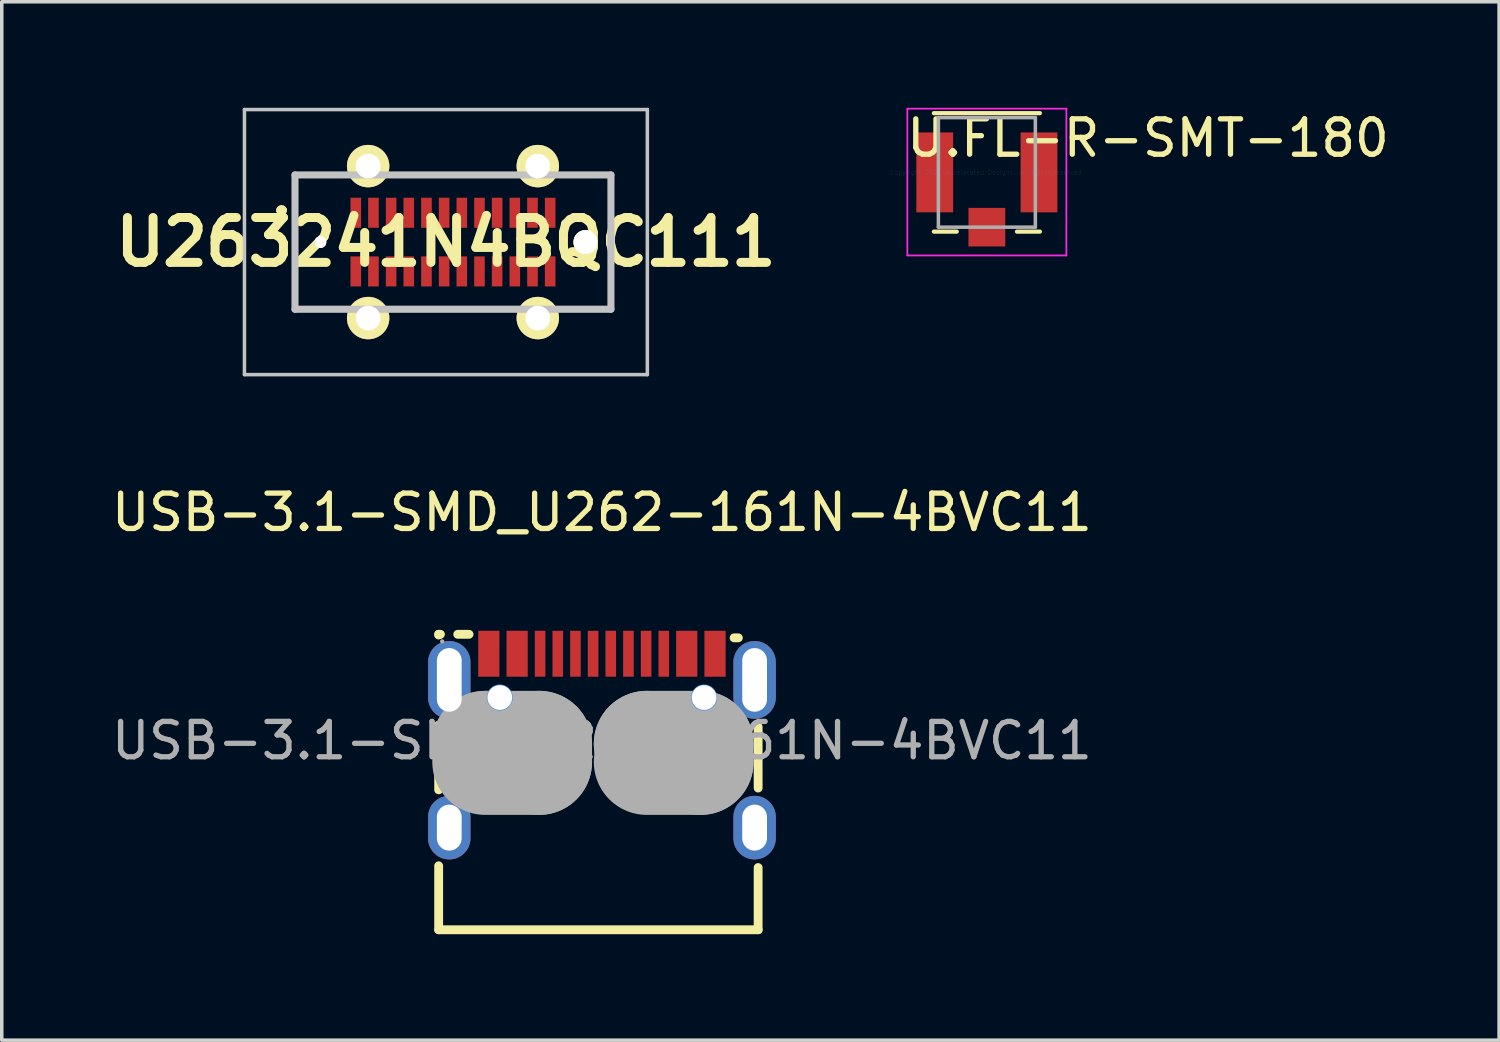
<source format=kicad_pcb>
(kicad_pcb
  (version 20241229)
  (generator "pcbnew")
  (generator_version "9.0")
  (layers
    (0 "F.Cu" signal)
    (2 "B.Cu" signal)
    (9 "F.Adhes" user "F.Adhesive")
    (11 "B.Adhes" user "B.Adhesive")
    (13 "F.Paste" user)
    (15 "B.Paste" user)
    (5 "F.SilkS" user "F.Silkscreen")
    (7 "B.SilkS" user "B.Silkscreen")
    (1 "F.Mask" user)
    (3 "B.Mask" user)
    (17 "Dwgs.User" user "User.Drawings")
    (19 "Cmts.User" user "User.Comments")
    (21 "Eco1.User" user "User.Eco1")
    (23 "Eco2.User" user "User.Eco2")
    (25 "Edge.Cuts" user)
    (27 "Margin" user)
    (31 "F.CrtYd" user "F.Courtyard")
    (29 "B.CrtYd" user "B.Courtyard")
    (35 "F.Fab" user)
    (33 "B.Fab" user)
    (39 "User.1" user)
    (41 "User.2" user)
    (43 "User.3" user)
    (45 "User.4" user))
  (footprint "USB-3.1-SMD_U262-161N-4BVC11"
    (layer "F.Cu")
    (at 13.982 17.908)
    (property "Reference" "USB-3.1-SMD_U262-161N-4BVC11" (at 0 -6.46 0) (layer "F.SilkS") (effects (font (size 1 1) (thickness 0.15))))
    (attr smd)
    (fp_line (start -4.62 -3.01) (end -4.57 -3.01) (stroke (width 0.25) (type solid)) (layer "F.SilkS"))
    (fp_line (start -4.62 -2.99) (end -4.62 -3.01) (stroke (width 0.25) (type solid)) (layer "F.SilkS"))
    (fp_line (start -4.62 1.39) (end -4.62 -0.44) (stroke (width 0.25) (type solid)) (layer "F.SilkS"))
    (fp_line (start -4.62 5.35) (end -4.62 3.54) (stroke (width 0.25) (type solid)) (layer "F.SilkS"))
    (fp_line (start -4.08 -3.01) (end -3.76 -3.01) (stroke (width 0.25) (type solid)) (layer "F.SilkS"))
    (fp_line (start 3.74 -2.91) (end 3.86 -2.91) (stroke (width 0.25) (type solid)) (layer "F.SilkS"))
    (fp_line (start 4.42 -0.39) (end 4.42 1.34) (stroke (width 0.25) (type solid)) (layer "F.SilkS"))
    (fp_line (start 4.42 3.59) (end 4.42 5.35) (stroke (width 0.25) (type solid)) (layer "F.SilkS"))
    (fp_line (start 4.42 5.35) (end -4.62 5.35) (stroke (width 0.25) (type solid)) (layer "F.SilkS"))
    (fp_circle (center -2.89 -1.22) (end -2.77 -1.22) (stroke (width 0.25) (type solid)) (fill no) (layer "Cmts.User"))
    (fp_circle (center 2.89 -1.22) (end 3.01 -1.22) (stroke (width 0.25) (type solid)) (fill no) (layer "Cmts.User"))
    (fp_line (start -3.3 0.09) (end -3.3 0.09) (stroke (width 3) (type solid)) (layer "F.Fab"))
    (fp_line (start -3.3 0.09) (end -1.78 0.09) (stroke (width 3) (type solid)) (layer "F.Fab"))
    (fp_line (start -1.78 0.09) (end -1.78 0.6) (stroke (width 3) (type solid)) (layer "F.Fab"))
    (fp_line (start -1.78 0.6) (end -3.3 0.6) (stroke (width 3) (type solid)) (layer "F.Fab"))
    (fp_line (start 1.27 0.09) (end 1.27 0.09) (stroke (width 3) (type solid)) (layer "F.Fab"))
    (fp_line (start 1.27 0.09) (end 2.79 0.09) (stroke (width 3) (type solid)) (layer "F.Fab"))
    (fp_line (start 2.79 0.09) (end 2.79 0.6) (stroke (width 3) (type solid)) (layer "F.Fab"))
    (fp_line (start 2.79 0.6) (end 1.27 0.6) (stroke (width 3) (type solid)) (layer "F.Fab"))
    (fp_circle (center -4.52 -2.81) (end -4.49 -2.81) (stroke (width 0.06) (type solid)) (fill no) (layer "F.Fab"))
    (fp_text user "${REFERENCE}" (at 0 0 0) (layer "F.Fab") (effects (font (size 1 1) (thickness 0.15))))
    (pad "" thru_hole circle (at -2.89 -1.22) (size 0.7 0.7) (drill 0.7) (layers "*.Cu" "*.Mask"))
    (pad "" thru_hole circle (at 2.89 -1.22) (size 0.7 0.7) (drill 0.7) (layers "*.Cu" "*.Mask"))
    (pad "A1B12" smd rect (at -3.2 -2.46) (size 0.6 1.3) (layers "F.Cu" "F.Mask" "F.Paste"))
    (pad "A4B9" smd rect (at -2.4 -2.46) (size 0.6 1.3) (layers "F.Cu" "F.Mask" "F.Paste"))
    (pad "A5" smd rect (at -1.25 -2.46) (size 0.3 1.3) (layers "F.Cu" "F.Mask" "F.Paste"))
    (pad "A6" smd rect (at -0.25 -2.46) (size 0.3 1.3) (layers "F.Cu" "F.Mask" "F.Paste"))
    (pad "A7" smd rect (at 0.25 -2.46) (size 0.3 1.3) (layers "F.Cu" "F.Mask" "F.Paste"))
    (pad "A8" smd rect (at 1.25 -2.46) (size 0.3 1.3) (layers "F.Cu" "F.Mask" "F.Paste"))
    (pad "B1A12" smd rect (at 3.2 -2.46) (size 0.6 1.3) (layers "F.Cu" "F.Mask" "F.Paste"))
    (pad "B4A9" smd rect (at 2.4 -2.46) (size 0.6 1.3) (layers "F.Cu" "F.Mask" "F.Paste"))
    (pad "B5" smd rect (at 1.75 -2.46) (size 0.3 1.3) (layers "F.Cu" "F.Mask" "F.Paste"))
    (pad "B6" smd rect (at 0.75 -2.46) (size 0.3 1.3) (layers "F.Cu" "F.Mask" "F.Paste"))
    (pad "B7" smd rect (at -0.75 -2.46) (size 0.3 1.3) (layers "F.Cu" "F.Mask" "F.Paste"))
    (pad "B8" smd rect (at -1.75 -2.46) (size 0.3 1.3) (layers "F.Cu" "F.Mask" "F.Paste"))
    (pad "SHELL" thru_hole oval (at -4.32 -1.72) (size 1.2 2.2) (drill oval 0.7 1.8) (layers "*.Cu" "*.Mask"))
    (pad "SHELL" thru_hole oval (at -4.32 2.46) (size 1.2 1.8) (drill oval 0.7 1.3) (layers "*.Cu" "*.Mask"))
    (pad "SHELL" thru_hole oval (at 4.32 -1.72) (size 1.2 2.2) (drill oval 0.7 1.8) (layers "*.Cu" "*.Mask"))
    (pad "SHELL" thru_hole oval (at 4.32 2.46) (size 1.2 1.8) (drill oval 0.7 1.3) (layers "*.Cu" "*.Mask")))
  (footprint "U263241N4BQC111"
    (layer "F.Cu")
    (at 9.767 3.8)
    (property "Reference" "U263241N4BQC111" (at -0.2 0 0) (layer "F.SilkS") (effects (font (size 1.27 1.27) (thickness 0.254))))
    (attr through_hole exclude_from_pos_files)
    (fp_line (start -4.9 -0.9) (end -4.9 -0.9) (stroke (width 0.2) (type solid)) (layer "F.SilkS"))
    (fp_line (start -4.8 -0.9) (end -4.8 -0.9) (stroke (width 0.2) (type solid)) (layer "F.SilkS"))
    (fp_arc (start -4.9 -0.9) (mid -4.85 -0.95) (end -4.8 -0.9) (stroke (width 0.2) (type solid)) (layer "F.SilkS"))
    (fp_arc (start -4.8 -0.9) (mid -4.85 -0.85) (end -4.9 -0.9) (stroke (width 0.2) (type solid)) (layer "F.SilkS"))
    (fp_line (start -5.9 -3.75) (end 5.5 -3.75) (stroke (width 0.1) (type solid)) (layer "Dwgs.User"))
    (fp_line (start -5.9 3.75) (end -5.9 -3.75) (stroke (width 0.1) (type solid)) (layer "Dwgs.User"))
    (fp_line (start -4.47 -1.9) (end 4.47 -1.9) (stroke (width 0.2) (type solid)) (layer "Dwgs.User"))
    (fp_line (start -4.47 1.9) (end -4.47 -1.9) (stroke (width 0.2) (type solid)) (layer "Dwgs.User"))
    (fp_line (start 4.47 -1.9) (end 4.47 1.9) (stroke (width 0.2) (type solid)) (layer "Dwgs.User"))
    (fp_line (start 4.47 1.9) (end -4.47 1.9) (stroke (width 0.2) (type solid)) (layer "Dwgs.User"))
    (fp_line (start 5.5 -3.75) (end 5.5 3.75) (stroke (width 0.1) (type solid)) (layer "Dwgs.User"))
    (fp_line (start 5.5 3.75) (end -5.9 3.75) (stroke (width 0.1) (type solid)) (layer "Dwgs.User"))
    (pad "A1" smd rect (at -2.75 -0.83) (size 0.3 0.85) (layers "F.Cu" "F.Mask" "F.Paste"))
    (pad "A2" smd rect (at -2.25 -0.83) (size 0.3 0.85) (layers "F.Cu" "F.Mask" "F.Paste"))
    (pad "A3" smd rect (at -1.75 -0.83) (size 0.3 0.85) (layers "F.Cu" "F.Mask" "F.Paste"))
    (pad "A4" smd rect (at -1.25 -0.83) (size 0.3 0.85) (layers "F.Cu" "F.Mask" "F.Paste"))
    (pad "A5" smd rect (at -0.75 -0.83) (size 0.3 0.85) (layers "F.Cu" "F.Mask" "F.Paste"))
    (pad "A6" smd rect (at -0.25 -0.83) (size 0.3 0.85) (layers "F.Cu" "F.Mask" "F.Paste"))
    (pad "A7" smd rect (at 0.25 -0.83) (size 0.3 0.85) (layers "F.Cu" "F.Mask" "F.Paste"))
    (pad "A8" smd rect (at 0.75 -0.83) (size 0.3 0.85) (layers "F.Cu" "F.Mask" "F.Paste"))
    (pad "A9" smd rect (at 1.25 -0.83) (size 0.3 0.85) (layers "F.Cu" "F.Mask" "F.Paste"))
    (pad "A10" smd rect (at 1.75 -0.83) (size 0.3 0.85) (layers "F.Cu" "F.Mask" "F.Paste"))
    (pad "A11" smd rect (at 2.25 -0.83) (size 0.3 0.85) (layers "F.Cu" "F.Mask" "F.Paste"))
    (pad "A12" smd rect (at 2.75 -0.83) (size 0.3 0.85) (layers "F.Cu" "F.Mask" "F.Paste"))
    (pad "B1" smd rect (at 2.75 0.83) (size 0.3 0.85) (layers "F.Cu" "F.Mask" "F.Paste"))
    (pad "B2" smd rect (at 2.25 0.83) (size 0.3 0.85) (layers "F.Cu" "F.Mask" "F.Paste"))
    (pad "B3" smd rect (at 1.75 0.83) (size 0.3 0.85) (layers "F.Cu" "F.Mask" "F.Paste"))
    (pad "B4" smd rect (at 1.25 0.83) (size 0.3 0.85) (layers "F.Cu" "F.Mask" "F.Paste"))
    (pad "B5" smd rect (at 0.75 0.83) (size 0.3 0.85) (layers "F.Cu" "F.Mask" "F.Paste"))
    (pad "B6" smd rect (at 0.25 0.83) (size 0.3 0.85) (layers "F.Cu" "F.Mask" "F.Paste"))
    (pad "B7" smd rect (at -0.25 0.83) (size 0.3 0.85) (layers "F.Cu" "F.Mask" "F.Paste"))
    (pad "B8" smd rect (at -0.75 0.83) (size 0.3 0.85) (layers "F.Cu" "F.Mask" "F.Paste"))
    (pad "B9" smd rect (at -1.25 0.83) (size 0.3 0.85) (layers "F.Cu" "F.Mask" "F.Paste"))
    (pad "B10" smd rect (at -1.75 0.83) (size 0.3 0.85) (layers "F.Cu" "F.Mask" "F.Paste"))
    (pad "B11" smd rect (at -2.25 0.83) (size 0.3 0.85) (layers "F.Cu" "F.Mask" "F.Paste"))
    (pad "B12" smd rect (at -2.75 0.83) (size 0.3 0.85) (layers "F.Cu" "F.Mask" "F.Paste"))
    (pad "MH1" thru_hole circle (at -2.4 2.15 90) (size 1.2 1.2) (drill 0.7) (layers "*.Cu" "*.Mask" "F.SilkS"))
    (pad "MH2" thru_hole circle (at 2.4 2.15 90) (size 1.2 1.2) (drill 0.7) (layers "*.Cu" "*.Mask" "F.SilkS"))
    (pad "MH3" thru_hole circle (at 2.4 -2.15 90) (size 1.2 1.2) (drill 0.7) (layers "*.Cu" "*.Mask" "F.SilkS"))
    (pad "MH4" thru_hole circle (at -2.4 -2.15 90) (size 1.2 1.2) (drill 0.7) (layers "*.Cu" "*.Mask" "F.SilkS"))
    (pad "MH5" thru_hole circle (at -3.75 0 90) (size 0.33 0.33) (drill 0.66) (layers "*.Cu" "*.Mask" "F.SilkS"))
    (pad "MH6" thru_hole circle (at 3.75 0 90) (size 0.68 0.68) (drill 1.36) (layers "*.Cu" "*.Mask" "F.SilkS")))
  (footprint "U.FL-R-SMT-180"
    (layer "F.Cu")
    (at 24.874 1.828)
    (property "Reference" "U.FL-R-SMT-180" (at 4.56 -0.97 0) (layer "F.SilkS") (effects (font (size 1 1) (thickness 0.15))))
    (attr through_hole)
    (fp_line (start -1.499 1.676) (end -0.853 1.676) (stroke (width 0.12) (type solid)) (layer "F.SilkS"))
    (fp_line (start 0.853 1.676) (end 1.499 1.676) (stroke (width 0.12) (type solid)) (layer "F.SilkS"))
    (fp_line (start 1.499 -1.676) (end -1.499 -1.676) (stroke (width 0.12) (type solid)) (layer "F.SilkS"))
    (fp_line (start -2.25 -1.803) (end -2.25 2.35) (stroke (width 0.05) (type solid)) (layer "F.CrtYd"))
    (fp_line (start -2.25 2.35) (end 2.25 2.35) (stroke (width 0.05) (type solid)) (layer "F.CrtYd"))
    (fp_line (start 2.25 -1.803) (end -2.25 -1.803) (stroke (width 0.05) (type solid)) (layer "F.CrtYd"))
    (fp_line (start 2.25 2.35) (end 2.25 -1.803) (stroke (width 0.05) (type solid)) (layer "F.CrtYd"))
    (fp_line (start -1.372 -1.549) (end -1.372 1.549) (stroke (width 0.1) (type solid)) (layer "F.Fab"))
    (fp_line (start -1.372 1.549) (end 1.372 1.549) (stroke (width 0.1) (type solid)) (layer "F.Fab"))
    (fp_line (start 1.372 -1.549) (end -1.372 -1.549) (stroke (width 0.1) (type solid)) (layer "F.Fab"))
    (fp_line (start 1.372 1.549) (end 1.372 -1.549) (stroke (width 0.1) (type solid)) (layer "F.Fab"))
    (fp_text user "Copyright 2021 Accelerated Designs. All rights reserved." (at 0 0 0) (layer "Cmts.User") (effects (font (size 0.127 0.127) (thickness 0.002))))
    (pad "1" smd rect (at 0 1.55) (size 1.041 1.092) (layers "F.Cu" "F.Mask" "F.Paste"))
    (pad "2" smd rect (at -1.475 0) (size 1.041 2.261) (layers "F.Cu" "F.Mask" "F.Paste"))
    (pad "3" smd rect (at 1.475 0) (size 1.041 2.261) (layers "F.Cu" "F.Mask" "F.Paste")))
  (gr_rect
    (start -3 -3)
    (end 39.368 26.383)
    (stroke (width 0.1) (type default))
    (fill no)
    (layer "Edge.Cuts")))
</source>
